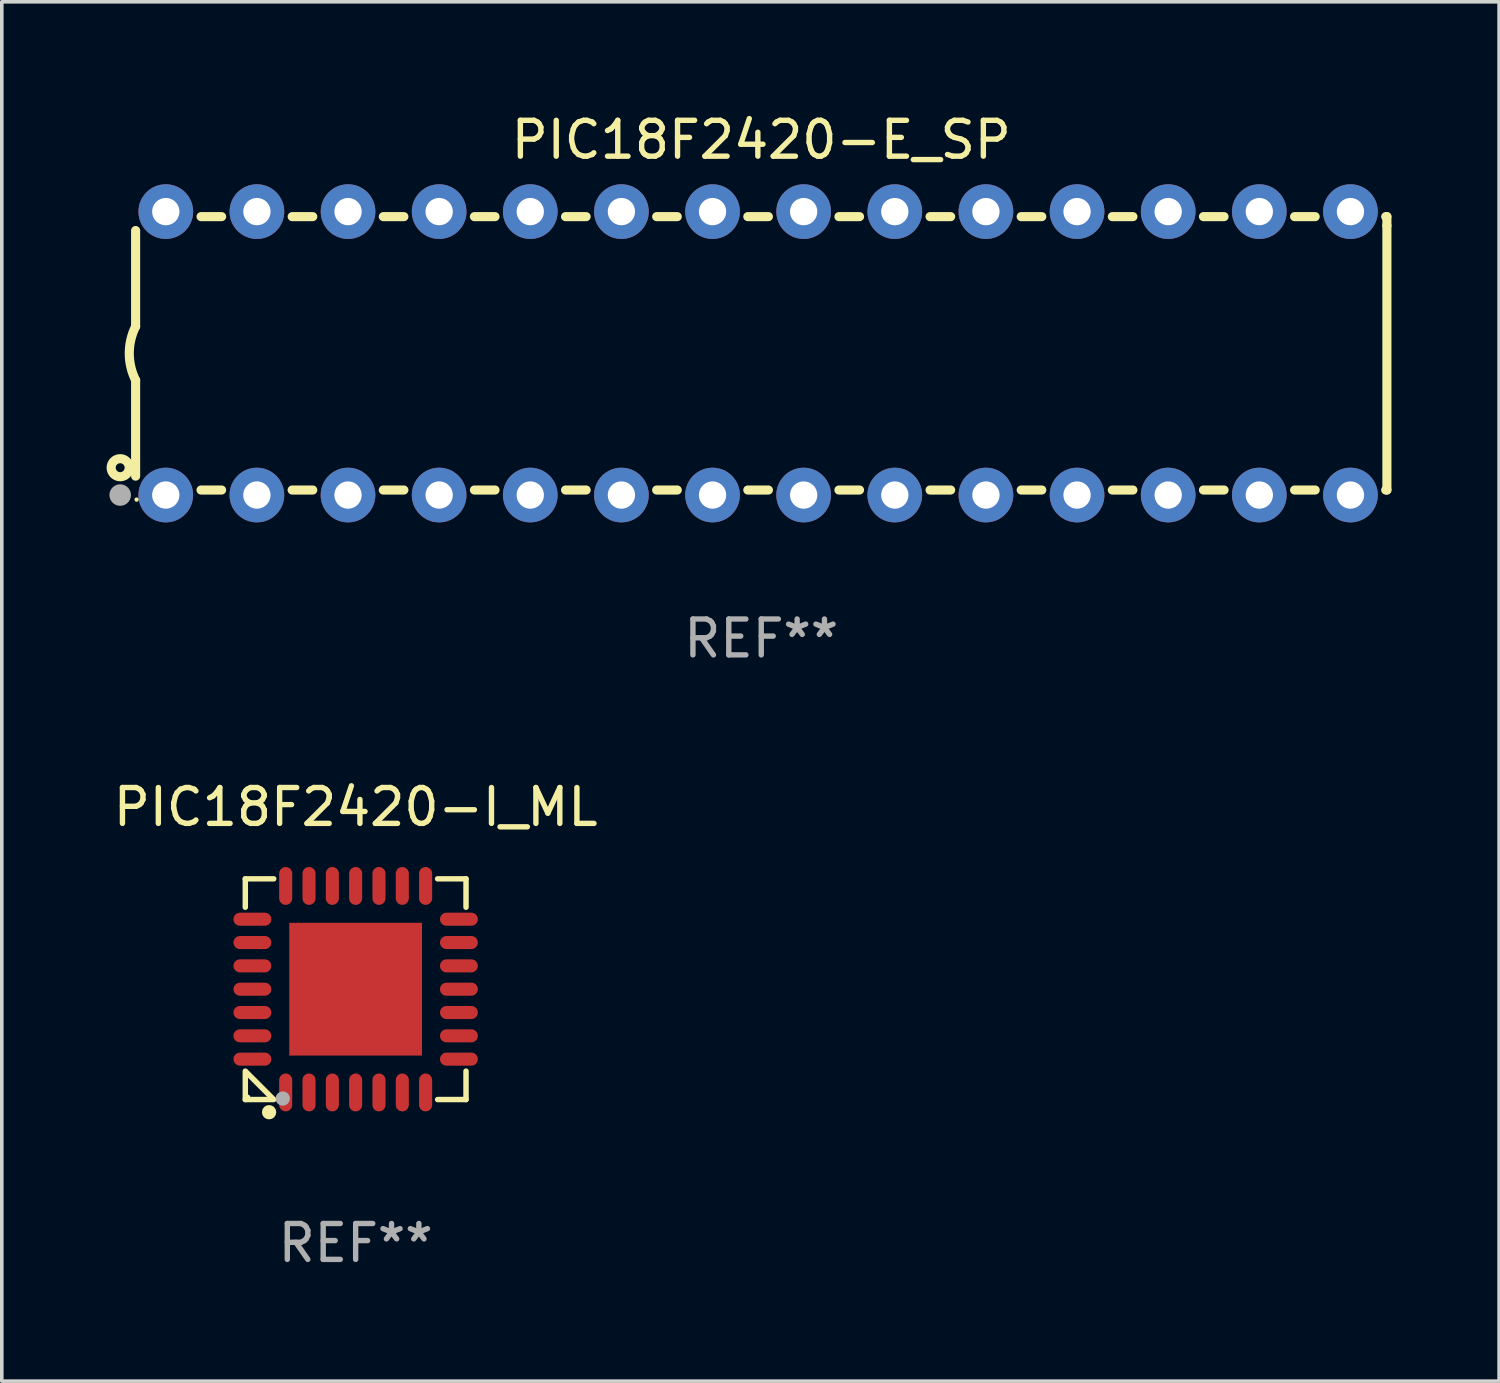
<source format=kicad_pcb>
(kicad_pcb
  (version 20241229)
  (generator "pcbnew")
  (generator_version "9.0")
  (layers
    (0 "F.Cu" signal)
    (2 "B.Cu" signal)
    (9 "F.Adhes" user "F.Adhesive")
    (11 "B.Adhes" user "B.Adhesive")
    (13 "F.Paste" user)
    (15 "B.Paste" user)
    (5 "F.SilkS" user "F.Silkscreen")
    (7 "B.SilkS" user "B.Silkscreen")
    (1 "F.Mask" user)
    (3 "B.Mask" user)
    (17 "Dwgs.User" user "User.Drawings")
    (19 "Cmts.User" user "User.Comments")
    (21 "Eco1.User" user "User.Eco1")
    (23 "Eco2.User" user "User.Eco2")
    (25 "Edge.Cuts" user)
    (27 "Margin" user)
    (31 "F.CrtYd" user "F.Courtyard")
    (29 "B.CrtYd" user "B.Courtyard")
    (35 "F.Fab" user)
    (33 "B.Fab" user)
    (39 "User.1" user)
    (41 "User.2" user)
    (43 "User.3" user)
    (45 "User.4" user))
  (footprint "PIC18F2420-I_ML"
    (layer "F.Cu")
    (at 6.863 24.521)
    (property "Reference" "PIC18F2420-I_ML" (at 0 -5.076 0) (layer "F.SilkS") (effects (font (size 1 1) (thickness 0.15))))
    (attr through_hole)
    (fp_line (start -3.076 -3.076) (end -3.076 -2.284) (stroke (width 0.152) (type solid)) (layer "F.SilkS"))
    (fp_line (start -3.076 3.076) (end -3.076 2.284) (stroke (width 0.152) (type solid)) (layer "F.SilkS"))
    (fp_line (start -3.049 2.311) (end -2.311 3.049) (stroke (width 0.152) (type solid)) (layer "F.SilkS"))
    (fp_line (start -2.284 -3.076) (end -3.076 -3.076) (stroke (width 0.152) (type solid)) (layer "F.SilkS"))
    (fp_line (start -2.284 3.076) (end -3.076 3.076) (stroke (width 0.152) (type solid)) (layer "F.SilkS"))
    (fp_line (start 2.284 -3.076) (end 3.076 -3.076) (stroke (width 0.152) (type solid)) (layer "F.SilkS"))
    (fp_line (start 2.284 3.076) (end 3.076 3.076) (stroke (width 0.152) (type solid)) (layer "F.SilkS"))
    (fp_line (start 3.076 -3.076) (end 3.076 -2.284) (stroke (width 0.152) (type solid)) (layer "F.SilkS"))
    (fp_line (start 3.076 3.076) (end 3.076 2.284) (stroke (width 0.152) (type solid)) (layer "F.SilkS"))
    (fp_circle (center -3 3) (end -2.97 3) (stroke (width 0.06) (type solid)) (fill no) (layer "F.SilkS"))
    (fp_circle (center -2.413 3.429) (end -2.313 3.429) (stroke (width 0.2) (type solid)) (fill no) (layer "F.SilkS"))
    (fp_circle (center -2.032 3.048) (end -1.932 3.048) (stroke (width 0.2) (type solid)) (fill no) (layer "F.Fab"))
    (fp_text user "REF**" (at 0 7.076 0) (layer "F.Fab") (effects (font (size 1 1) (thickness 0.15))))
    (pad "1" smd oval (at -1.95 2.878) (size 0.364 1.055) (layers "F.Cu" "F.Mask" "F.Paste"))
    (pad "2" smd oval (at -1.3 2.878) (size 0.364 1.055) (layers "F.Cu" "F.Mask" "F.Paste"))
    (pad "3" smd oval (at -0.65 2.878) (size 0.364 1.055) (layers "F.Cu" "F.Mask" "F.Paste"))
    (pad "4" smd oval (at 0 2.878) (size 0.364 1.055) (layers "F.Cu" "F.Mask" "F.Paste"))
    (pad "5" smd oval (at 0.65 2.878) (size 0.364 1.055) (layers "F.Cu" "F.Mask" "F.Paste"))
    (pad "6" smd oval (at 1.3 2.878) (size 0.364 1.055) (layers "F.Cu" "F.Mask" "F.Paste"))
    (pad "7" smd oval (at 1.95 2.878) (size 0.364 1.055) (layers "F.Cu" "F.Mask" "F.Paste"))
    (pad "8" smd oval (at 2.878 1.95) (size 1.055 0.364) (layers "F.Cu" "F.Mask" "F.Paste"))
    (pad "9" smd oval (at 2.878 1.3) (size 1.055 0.364) (layers "F.Cu" "F.Mask" "F.Paste"))
    (pad "10" smd oval (at 2.878 0.65) (size 1.055 0.364) (layers "F.Cu" "F.Mask" "F.Paste"))
    (pad "11" smd oval (at 2.878 0) (size 1.055 0.364) (layers "F.Cu" "F.Mask" "F.Paste"))
    (pad "12" smd oval (at 2.878 -0.65) (size 1.055 0.364) (layers "F.Cu" "F.Mask" "F.Paste"))
    (pad "13" smd oval (at 2.878 -1.3) (size 1.055 0.364) (layers "F.Cu" "F.Mask" "F.Paste"))
    (pad "14" smd oval (at 2.878 -1.95) (size 1.055 0.364) (layers "F.Cu" "F.Mask" "F.Paste"))
    (pad "15" smd oval (at 1.95 -2.878) (size 0.364 1.055) (layers "F.Cu" "F.Mask" "F.Paste"))
    (pad "16" smd oval (at 1.3 -2.878) (size 0.364 1.055) (layers "F.Cu" "F.Mask" "F.Paste"))
    (pad "17" smd oval (at 0.65 -2.878) (size 0.364 1.055) (layers "F.Cu" "F.Mask" "F.Paste"))
    (pad "18" smd oval (at 0 -2.878) (size 0.364 1.055) (layers "F.Cu" "F.Mask" "F.Paste"))
    (pad "19" smd oval (at -0.65 -2.878) (size 0.364 1.055) (layers "F.Cu" "F.Mask" "F.Paste"))
    (pad "20" smd oval (at -1.3 -2.878) (size 0.364 1.055) (layers "F.Cu" "F.Mask" "F.Paste"))
    (pad "21" smd oval (at -1.95 -2.878) (size 0.364 1.055) (layers "F.Cu" "F.Mask" "F.Paste"))
    (pad "22" smd oval (at -2.878 -1.95) (size 1.055 0.364) (layers "F.Cu" "F.Mask" "F.Paste"))
    (pad "23" smd oval (at -2.878 -1.3) (size 1.055 0.364) (layers "F.Cu" "F.Mask" "F.Paste"))
    (pad "24" smd oval (at -2.878 -0.65) (size 1.055 0.364) (layers "F.Cu" "F.Mask" "F.Paste"))
    (pad "25" smd oval (at -2.878 0) (size 1.055 0.364) (layers "F.Cu" "F.Mask" "F.Paste"))
    (pad "26" smd oval (at -2.878 0.65) (size 1.055 0.364) (layers "F.Cu" "F.Mask" "F.Paste"))
    (pad "27" smd oval (at -2.878 1.3) (size 1.055 0.364) (layers "F.Cu" "F.Mask" "F.Paste"))
    (pad "28" smd oval (at -2.878 1.95) (size 1.055 0.364) (layers "F.Cu" "F.Mask" "F.Paste"))
    (pad "29" smd rect (at 0 0) (size 3.7 3.7) (layers "F.Cu" "F.Mask" "F.Paste")))
  (footprint "PIC18F2420-E_SP"
    (layer "F.Cu")
    (at 18.168 6.798)
    (property "Reference" "PIC18F2420-E_SP" (at 0 -5.95 0) (layer "F.SilkS") (effects (font (size 1 1) (thickness 0.15))))
    (attr through_hole)
    (fp_line (start -17.438 0.75) (end -17.438 3.423) (stroke (width 0.254) (type solid)) (layer "F.SilkS"))
    (fp_line (start -17.438 -3.423) (end -17.438 -0.75) (stroke (width 0.254) (type solid)) (layer "F.SilkS"))
    (fp_line (start -15.615 3.81) (end -15.041 3.81) (stroke (width 0.254) (type solid)) (layer "F.SilkS"))
    (fp_line (start -15.041 -3.81) (end -15.614 -3.81) (stroke (width 0.254) (type solid)) (layer "F.SilkS"))
    (fp_line (start -13.075 3.81) (end -12.501 3.81) (stroke (width 0.254) (type solid)) (layer "F.SilkS"))
    (fp_line (start -12.501 -3.81) (end -13.074 -3.81) (stroke (width 0.254) (type solid)) (layer "F.SilkS"))
    (fp_line (start -10.535 3.81) (end -9.961 3.81) (stroke (width 0.254) (type solid)) (layer "F.SilkS"))
    (fp_line (start -9.961 -3.81) (end -10.534 -3.81) (stroke (width 0.254) (type solid)) (layer "F.SilkS"))
    (fp_line (start -7.995 3.81) (end -7.421 3.81) (stroke (width 0.254) (type solid)) (layer "F.SilkS"))
    (fp_line (start -7.421 -3.81) (end -7.995 -3.81) (stroke (width 0.254) (type solid)) (layer "F.SilkS"))
    (fp_line (start -5.455 3.81) (end -4.881 3.81) (stroke (width 0.254) (type solid)) (layer "F.SilkS"))
    (fp_line (start -4.881 -3.81) (end -5.455 -3.81) (stroke (width 0.254) (type solid)) (layer "F.SilkS"))
    (fp_line (start -2.915 3.81) (end -2.341 3.81) (stroke (width 0.254) (type solid)) (layer "F.SilkS"))
    (fp_line (start -2.341 -3.81) (end -2.915 -3.81) (stroke (width 0.254) (type solid)) (layer "F.SilkS"))
    (fp_line (start -0.375 3.81) (end 0.199 3.81) (stroke (width 0.254) (type solid)) (layer "F.SilkS"))
    (fp_line (start 0.199 -3.81) (end -0.375 -3.81) (stroke (width 0.254) (type solid)) (layer "F.SilkS"))
    (fp_line (start 2.165 3.81) (end 2.739 3.81) (stroke (width 0.254) (type solid)) (layer "F.SilkS"))
    (fp_line (start 2.739 -3.81) (end 2.165 -3.81) (stroke (width 0.254) (type solid)) (layer "F.SilkS"))
    (fp_line (start 4.705 3.81) (end 5.279 3.81) (stroke (width 0.254) (type solid)) (layer "F.SilkS"))
    (fp_line (start 5.279 -3.81) (end 4.705 -3.81) (stroke (width 0.254) (type solid)) (layer "F.SilkS"))
    (fp_line (start 7.245 3.81) (end 7.819 3.81) (stroke (width 0.254) (type solid)) (layer "F.SilkS"))
    (fp_line (start 7.819 -3.81) (end 7.245 -3.81) (stroke (width 0.254) (type solid)) (layer "F.SilkS"))
    (fp_line (start 9.785 3.81) (end 10.359 3.81) (stroke (width 0.254) (type solid)) (layer "F.SilkS"))
    (fp_line (start 10.359 -3.81) (end 9.785 -3.81) (stroke (width 0.254) (type solid)) (layer "F.SilkS"))
    (fp_line (start 12.325 3.81) (end 12.899 3.81) (stroke (width 0.254) (type solid)) (layer "F.SilkS"))
    (fp_line (start 12.899 -3.81) (end 12.325 -3.81) (stroke (width 0.254) (type solid)) (layer "F.SilkS"))
    (fp_line (start 14.865 3.81) (end 15.439 3.81) (stroke (width 0.254) (type solid)) (layer "F.SilkS"))
    (fp_line (start 15.439 -3.81) (end 14.865 -3.81) (stroke (width 0.254) (type solid)) (layer "F.SilkS"))
    (fp_line (start 17.405 3.81) (end 17.438 3.81) (stroke (width 0.254) (type solid)) (layer "F.SilkS"))
    (fp_line (start 17.438 -3.81) (end 17.405 -3.81) (stroke (width 0.254) (type solid)) (layer "F.SilkS"))
    (fp_line (start 17.438 -3.556) (end 17.438 -3.81) (stroke (width 0.254) (type solid)) (layer "F.SilkS"))
    (fp_line (start 17.438 3.81) (end 17.438 -3.556) (stroke (width 0.254) (type solid)) (layer "F.SilkS"))
    (fp_arc (start -17.437986 0.749657) (mid -17.614887 -0.000024) (end -17.437783 -0.749657) (stroke (width 0.254001) (type solid)) (layer "F.SilkS"))
    (fp_circle (center -17.868 3.188) (end -17.743 3.188) (stroke (width 0.254) (type solid)) (fill no) (layer "F.SilkS"))
    (fp_circle (center -17.411 4.077) (end -17.381 4.077) (stroke (width 0.06) (type solid)) (fill no) (layer "F.SilkS"))
    (fp_circle (center -17.868 3.95) (end -17.718 3.95) (stroke (width 0.3) (type solid)) (fill no) (layer "F.Fab"))
    (fp_text user "REF**" (at 0 7.95 0) (layer "F.Fab") (effects (font (size 1 1) (thickness 0.15))))
    (pad "1" thru_hole circle (at -16.598 3.95) (size 1.524 1.524) (drill 0.762) (layers "*.Cu" "*.Mask"))
    (pad "2" thru_hole circle (at -14.058 3.95) (size 1.524 1.524) (drill 0.762) (layers "*.Cu" "*.Mask"))
    (pad "3" thru_hole circle (at -11.518 3.95) (size 1.524 1.524) (drill 0.762) (layers "*.Cu" "*.Mask"))
    (pad "4" thru_hole circle (at -8.978 3.95) (size 1.524 1.524) (drill 0.762) (layers "*.Cu" "*.Mask"))
    (pad "5" thru_hole circle (at -6.438 3.95) (size 1.524 1.524) (drill 0.762) (layers "*.Cu" "*.Mask"))
    (pad "6" thru_hole circle (at -3.898 3.95) (size 1.524 1.524) (drill 0.762) (layers "*.Cu" "*.Mask"))
    (pad "7" thru_hole circle (at -1.358 3.95) (size 1.524 1.524) (drill 0.762) (layers "*.Cu" "*.Mask"))
    (pad "8" thru_hole circle (at 1.182 3.95) (size 1.524 1.524) (drill 0.762) (layers "*.Cu" "*.Mask"))
    (pad "9" thru_hole circle (at 3.722 3.95) (size 1.524 1.524) (drill 0.762) (layers "*.Cu" "*.Mask"))
    (pad "10" thru_hole circle (at 6.262 3.95) (size 1.524 1.524) (drill 0.762) (layers "*.Cu" "*.Mask"))
    (pad "11" thru_hole circle (at 8.802 3.95) (size 1.524 1.524) (drill 0.762) (layers "*.Cu" "*.Mask"))
    (pad "12" thru_hole circle (at 11.342 3.95) (size 1.524 1.524) (drill 0.762) (layers "*.Cu" "*.Mask"))
    (pad "13" thru_hole circle (at 13.882 3.95) (size 1.524 1.524) (drill 0.762) (layers "*.Cu" "*.Mask"))
    (pad "14" thru_hole circle (at 16.422 3.95) (size 1.524 1.524) (drill 0.762) (layers "*.Cu" "*.Mask"))
    (pad "15" thru_hole circle (at 16.422 -3.95) (size 1.524 1.524) (drill 0.762) (layers "*.Cu" "*.Mask"))
    (pad "16" thru_hole circle (at 13.882 -3.95) (size 1.524 1.524) (drill 0.762) (layers "*.Cu" "*.Mask"))
    (pad "17" thru_hole circle (at 11.342 -3.95) (size 1.524 1.524) (drill 0.762) (layers "*.Cu" "*.Mask"))
    (pad "18" thru_hole circle (at 8.802 -3.95) (size 1.524 1.524) (drill 0.762) (layers "*.Cu" "*.Mask"))
    (pad "19" thru_hole circle (at 6.262 -3.95) (size 1.524 1.524) (drill 0.762) (layers "*.Cu" "*.Mask"))
    (pad "20" thru_hole circle (at 3.722 -3.95) (size 1.524 1.524) (drill 0.762) (layers "*.Cu" "*.Mask"))
    (pad "21" thru_hole circle (at 1.182 -3.95) (size 1.524 1.524) (drill 0.762) (layers "*.Cu" "*.Mask"))
    (pad "22" thru_hole circle (at -1.358 -3.95) (size 1.524 1.524) (drill 0.762) (layers "*.Cu" "*.Mask"))
    (pad "23" thru_hole circle (at -3.898 -3.95) (size 1.524 1.524) (drill 0.762) (layers "*.Cu" "*.Mask"))
    (pad "24" thru_hole circle (at -6.438 -3.95) (size 1.524 1.524) (drill 0.762) (layers "*.Cu" "*.Mask"))
    (pad "25" thru_hole circle (at -8.978 -3.95) (size 1.524 1.524) (drill 0.762) (layers "*.Cu" "*.Mask"))
    (pad "26" thru_hole circle (at -11.517 -3.95) (size 1.524 1.524) (drill 0.762) (layers "*.Cu" "*.Mask"))
    (pad "27" thru_hole circle (at -14.057 -3.95) (size 1.524 1.524) (drill 0.762) (layers "*.Cu" "*.Mask"))
    (pad "28" thru_hole circle (at -16.597 -3.95) (size 1.524 1.524) (drill 0.762) (layers "*.Cu" "*.Mask")))
  (gr_rect
    (start -3 -3)
    (end 38.733 35.445)
    (stroke (width 0.1) (type default))
    (fill no)
    (layer "Edge.Cuts")))
</source>
